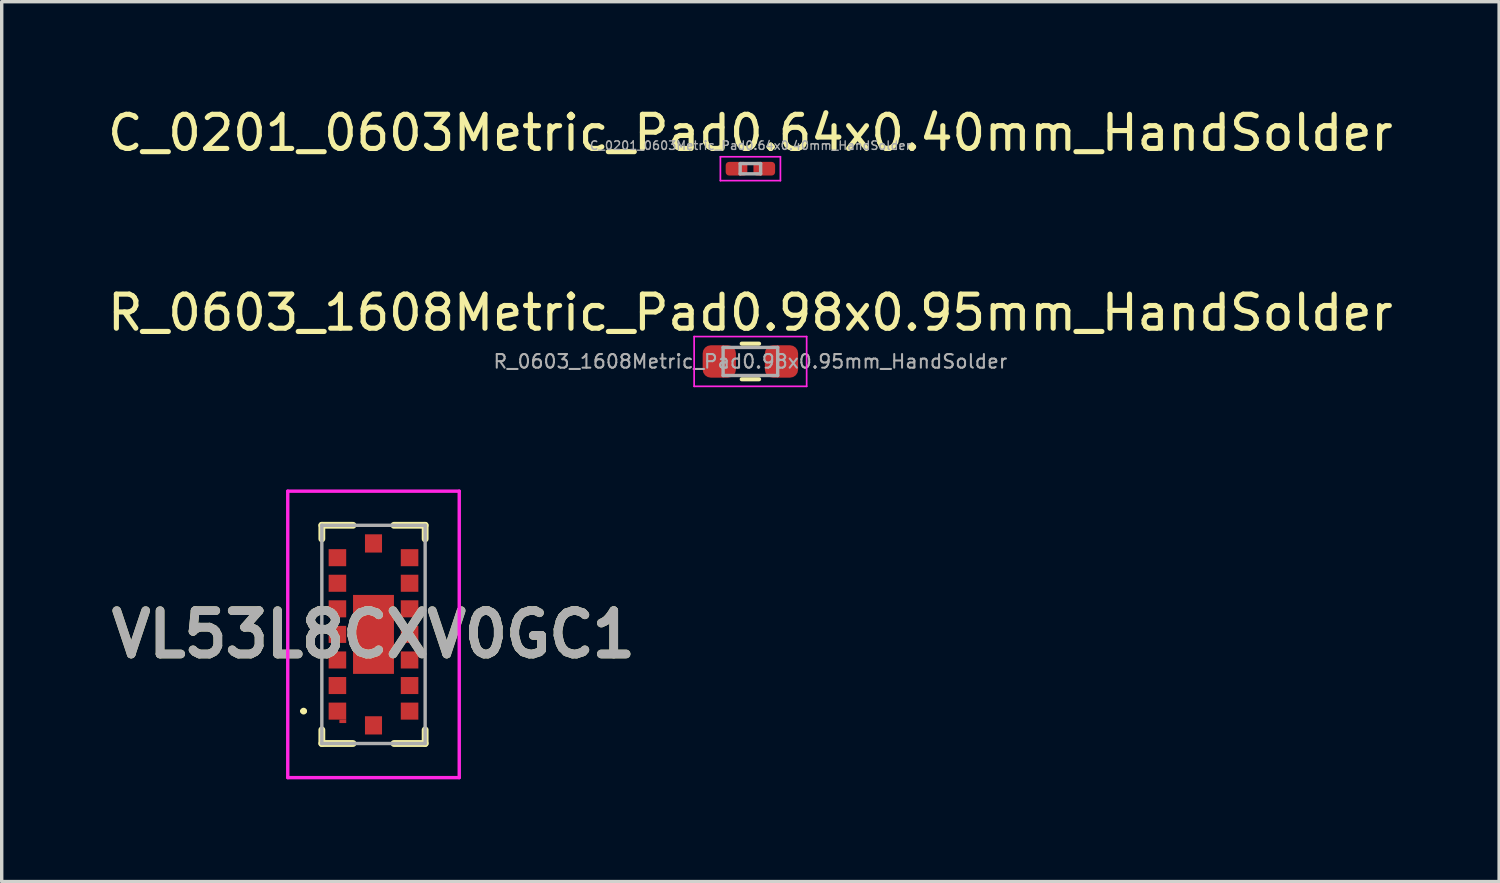
<source format=kicad_pcb>
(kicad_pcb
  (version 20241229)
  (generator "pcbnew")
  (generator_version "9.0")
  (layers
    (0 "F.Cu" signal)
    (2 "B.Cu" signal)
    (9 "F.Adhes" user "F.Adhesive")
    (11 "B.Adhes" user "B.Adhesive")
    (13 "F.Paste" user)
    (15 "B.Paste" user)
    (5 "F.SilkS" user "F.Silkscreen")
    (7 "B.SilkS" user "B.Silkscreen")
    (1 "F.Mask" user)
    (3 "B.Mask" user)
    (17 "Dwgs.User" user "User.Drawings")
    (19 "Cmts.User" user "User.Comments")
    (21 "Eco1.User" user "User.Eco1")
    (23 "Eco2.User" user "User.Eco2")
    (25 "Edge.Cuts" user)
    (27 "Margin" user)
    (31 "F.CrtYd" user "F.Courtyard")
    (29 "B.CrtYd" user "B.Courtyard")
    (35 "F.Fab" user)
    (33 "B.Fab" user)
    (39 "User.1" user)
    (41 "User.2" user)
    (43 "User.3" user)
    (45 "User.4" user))
  (footprint "VL53L8CXV0GC1"
    (layer "F.Cu")
    (at 7.904 15.556)
    (property "Reference" "VL53L8CXV0GC1" (at 0 0 0) (layer "F.SilkS") (effects (font (size 1.27 1.27) (thickness 0.254))))
    (attr smd)
    (fp_line (start -2.1 2.25) (end -2.1 2.25) (stroke (width 0.1) (type solid)) (layer "F.SilkS"))
    (fp_line (start -2 2.25) (end -2 2.25) (stroke (width 0.1) (type solid)) (layer "F.SilkS"))
    (fp_line (start -1.515 -3.2) (end -0.6 -3.2) (stroke (width 0.2) (type solid)) (layer "F.SilkS"))
    (fp_line (start -1.515 -2.8) (end -1.515 -3.2) (stroke (width 0.2) (type solid)) (layer "F.SilkS"))
    (fp_line (start -1.515 2.8) (end -1.515 3.2) (stroke (width 0.2) (type solid)) (layer "F.SilkS"))
    (fp_line (start -1.515 3.2) (end -0.6 3.2) (stroke (width 0.2) (type solid)) (layer "F.SilkS"))
    (fp_line (start 0.6 -3.2) (end 1.515 -3.2) (stroke (width 0.2) (type solid)) (layer "F.SilkS"))
    (fp_line (start 1.515 -3.2) (end 1.515 -2.8) (stroke (width 0.2) (type solid)) (layer "F.SilkS"))
    (fp_line (start 1.515 2.8) (end 1.515 3.2) (stroke (width 0.2) (type solid)) (layer "F.SilkS"))
    (fp_line (start 1.515 3.2) (end 0.6 3.2) (stroke (width 0.2) (type solid)) (layer "F.SilkS"))
    (fp_arc (start -2.1 2.25) (mid -2.05 2.2) (end -2 2.25) (stroke (width 0.1) (type solid)) (layer "F.SilkS"))
    (fp_arc (start -2 2.25) (mid -2.05 2.3) (end -2.1 2.25) (stroke (width 0.1) (type solid)) (layer "F.SilkS"))
    (fp_line (start -2.515 -4.2) (end 2.515 -4.2) (stroke (width 0.1) (type solid)) (layer "F.CrtYd"))
    (fp_line (start -2.515 4.2) (end -2.515 -4.2) (stroke (width 0.1) (type solid)) (layer "F.CrtYd"))
    (fp_line (start 2.515 -4.2) (end 2.515 4.2) (stroke (width 0.1) (type solid)) (layer "F.CrtYd"))
    (fp_line (start 2.515 4.2) (end -2.515 4.2) (stroke (width 0.1) (type solid)) (layer "F.CrtYd"))
    (fp_line (start -1.515 -3.2) (end -1.515 3.2) (stroke (width 0.1) (type solid)) (layer "F.Fab"))
    (fp_line (start -1.515 3.2) (end 1.515 3.2) (stroke (width 0.1) (type solid)) (layer "F.Fab"))
    (fp_line (start 1.515 -3.2) (end -1.515 -3.2) (stroke (width 0.1) (type solid)) (layer "F.Fab"))
    (fp_line (start 1.515 3.2) (end 1.515 -3.2) (stroke (width 0.1) (type solid)) (layer "F.Fab"))
    (fp_text user "${REFERENCE}" (at 0 0 0) (layer "F.Fab") (effects (font (size 1.27 1.27) (thickness 0.254))))
    (pad "1" smd rect (at -0.9 2.55 90) (size 0.1 0.2) (layers "F.Cu" "F.Mask" "F.Paste"))
    (pad "A1" smd rect (at -1.058 2.25 90) (size 0.5 0.515) (layers "F.Cu" "F.Mask" "F.Paste"))
    (pad "A2" smd rect (at -1.058 1.5 90) (size 0.5 0.515) (layers "F.Cu" "F.Mask" "F.Paste"))
    (pad "A3" smd rect (at -1.058 0.75 90) (size 0.5 0.515) (layers "F.Cu" "F.Mask" "F.Paste"))
    (pad "A4" smd rect (at -1.058 0 90) (size 0.5 0.515) (layers "F.Cu" "F.Mask" "F.Paste"))
    (pad "A5" smd rect (at -1.058 -0.75 90) (size 0.5 0.515) (layers "F.Cu" "F.Mask" "F.Paste"))
    (pad "A6" smd rect (at -1.058 -1.5 90) (size 0.5 0.515) (layers "F.Cu" "F.Mask" "F.Paste"))
    (pad "A7" smd rect (at -1.058 -2.25 90) (size 0.5 0.515) (layers "F.Cu" "F.Mask" "F.Paste"))
    (pad "B1" smd rect (at 0 2.668) (size 0.5 0.535) (layers "F.Cu" "F.Mask" "F.Paste"))
    (pad "B4" smd rect (at 0 0) (size 1.2 2.316) (layers "F.Cu" "F.Mask" "F.Paste"))
    (pad "B7" smd rect (at 0 -2.668) (size 0.5 0.535) (layers "F.Cu" "F.Mask" "F.Paste"))
    (pad "C1" smd rect (at 1.058 2.25 90) (size 0.5 0.515) (layers "F.Cu" "F.Mask" "F.Paste"))
    (pad "C2" smd rect (at 1.058 1.5 90) (size 0.5 0.515) (layers "F.Cu" "F.Mask" "F.Paste"))
    (pad "C3" smd rect (at 1.058 0.75 90) (size 0.5 0.515) (layers "F.Cu" "F.Mask" "F.Paste"))
    (pad "C4" smd rect (at 1.058 0 90) (size 0.5 0.515) (layers "F.Cu" "F.Mask" "F.Paste"))
    (pad "C5" smd rect (at 1.058 -0.75 90) (size 0.5 0.515) (layers "F.Cu" "F.Mask" "F.Paste"))
    (pad "C6" smd rect (at 1.058 -1.5 90) (size 0.5 0.515) (layers "F.Cu" "F.Mask" "F.Paste"))
    (pad "C7" smd rect (at 1.058 -2.25 90) (size 0.5 0.515) (layers "F.Cu" "F.Mask" "F.Paste")))
  (footprint "R_0603_1608Metric_Pad0.98x0.95mm_HandSolder"
    (layer "F.Cu")
    (at 18.958 7.551)
    (property "Reference" "R_0603_1608Metric_Pad0.98x0.95mm_HandSolder" (at 0 -1.43 0) (layer "F.SilkS") (effects (font (size 1 1) (thickness 0.15))))
    (attr smd)
    (fp_line (start -0.255 -0.522) (end 0.255 -0.522) (stroke (width 0.12) (type solid)) (layer "F.SilkS"))
    (fp_line (start -0.255 0.522) (end 0.255 0.522) (stroke (width 0.12) (type solid)) (layer "F.SilkS"))
    (fp_line (start -1.65 -0.73) (end 1.65 -0.73) (stroke (width 0.05) (type solid)) (layer "F.CrtYd"))
    (fp_line (start -1.65 0.73) (end -1.65 -0.73) (stroke (width 0.05) (type solid)) (layer "F.CrtYd"))
    (fp_line (start 1.65 -0.73) (end 1.65 0.73) (stroke (width 0.05) (type solid)) (layer "F.CrtYd"))
    (fp_line (start 1.65 0.73) (end -1.65 0.73) (stroke (width 0.05) (type solid)) (layer "F.CrtYd"))
    (fp_line (start -0.8 -0.412) (end 0.8 -0.412) (stroke (width 0.1) (type solid)) (layer "F.Fab"))
    (fp_line (start -0.8 0.412) (end -0.8 -0.412) (stroke (width 0.1) (type solid)) (layer "F.Fab"))
    (fp_line (start 0.8 -0.412) (end 0.8 0.412) (stroke (width 0.1) (type solid)) (layer "F.Fab"))
    (fp_line (start 0.8 0.412) (end -0.8 0.412) (stroke (width 0.1) (type solid)) (layer "F.Fab"))
    (fp_text user "${REFERENCE}" (at 0 0 0) (layer "F.Fab") (effects (font (size 0.4 0.4) (thickness 0.06))))
    (pad "1" smd roundrect (at -0.912 0) (size 0.975 0.95) (layers "F.Cu" "F.Mask" "F.Paste") (roundrect_rratio 0.25))
    (pad "2" smd roundrect (at 0.912 0) (size 0.975 0.95) (layers "F.Cu" "F.Mask" "F.Paste") (roundrect_rratio 0.25)))
  (footprint "C_0201_0603Metric_Pad0.64x0.40mm_HandSolder"
    (layer "F.Cu")
    (at 18.958 1.898)
    (property "Reference" "C_0201_0603Metric_Pad0.64x0.40mm_HandSolder" (at 0 -1.05 180) (layer "F.SilkS") (effects (font (size 1 1) (thickness 0.15))))
    (attr smd)
    (fp_line (start -0.88 -0.35) (end 0.88 -0.35) (stroke (width 0.05) (type solid)) (layer "F.CrtYd"))
    (fp_line (start -0.88 0.35) (end -0.88 -0.35) (stroke (width 0.05) (type solid)) (layer "F.CrtYd"))
    (fp_line (start 0.88 -0.35) (end 0.88 0.35) (stroke (width 0.05) (type solid)) (layer "F.CrtYd"))
    (fp_line (start 0.88 0.35) (end -0.88 0.35) (stroke (width 0.05) (type solid)) (layer "F.CrtYd"))
    (fp_line (start -0.3 -0.15) (end 0.3 -0.15) (stroke (width 0.1) (type solid)) (layer "F.Fab"))
    (fp_line (start -0.3 0.15) (end -0.3 -0.15) (stroke (width 0.1) (type solid)) (layer "F.Fab"))
    (fp_line (start 0.3 -0.15) (end 0.3 0.15) (stroke (width 0.1) (type solid)) (layer "F.Fab"))
    (fp_line (start 0.3 0.15) (end -0.3 0.15) (stroke (width 0.1) (type solid)) (layer "F.Fab"))
    (fp_text user "${REFERENCE}" (at 0 -0.68 180) (layer "F.Fab") (effects (font (size 0.25 0.25) (thickness 0.04))))
    (pad "" smd roundrect (at -0.432 0) (size 0.458 0.36) (layers "F.Paste") (roundrect_rratio 0.25))
    (pad "" smd roundrect (at 0.432 0) (size 0.458 0.36) (layers "F.Paste") (roundrect_rratio 0.25))
    (pad "1" smd roundrect (at -0.407 0) (size 0.635 0.4) (layers "F.Cu" "F.Mask") (roundrect_rratio 0.25))
    (pad "2" smd roundrect (at 0.407 0) (size 0.635 0.4) (layers "F.Cu" "F.Mask") (roundrect_rratio 0.25)))
  (gr_rect
    (start -3 -3)
    (end 40.917 22.806)
    (stroke (width 0.1) (type default))
    (fill no)
    (layer "Edge.Cuts")))
</source>
